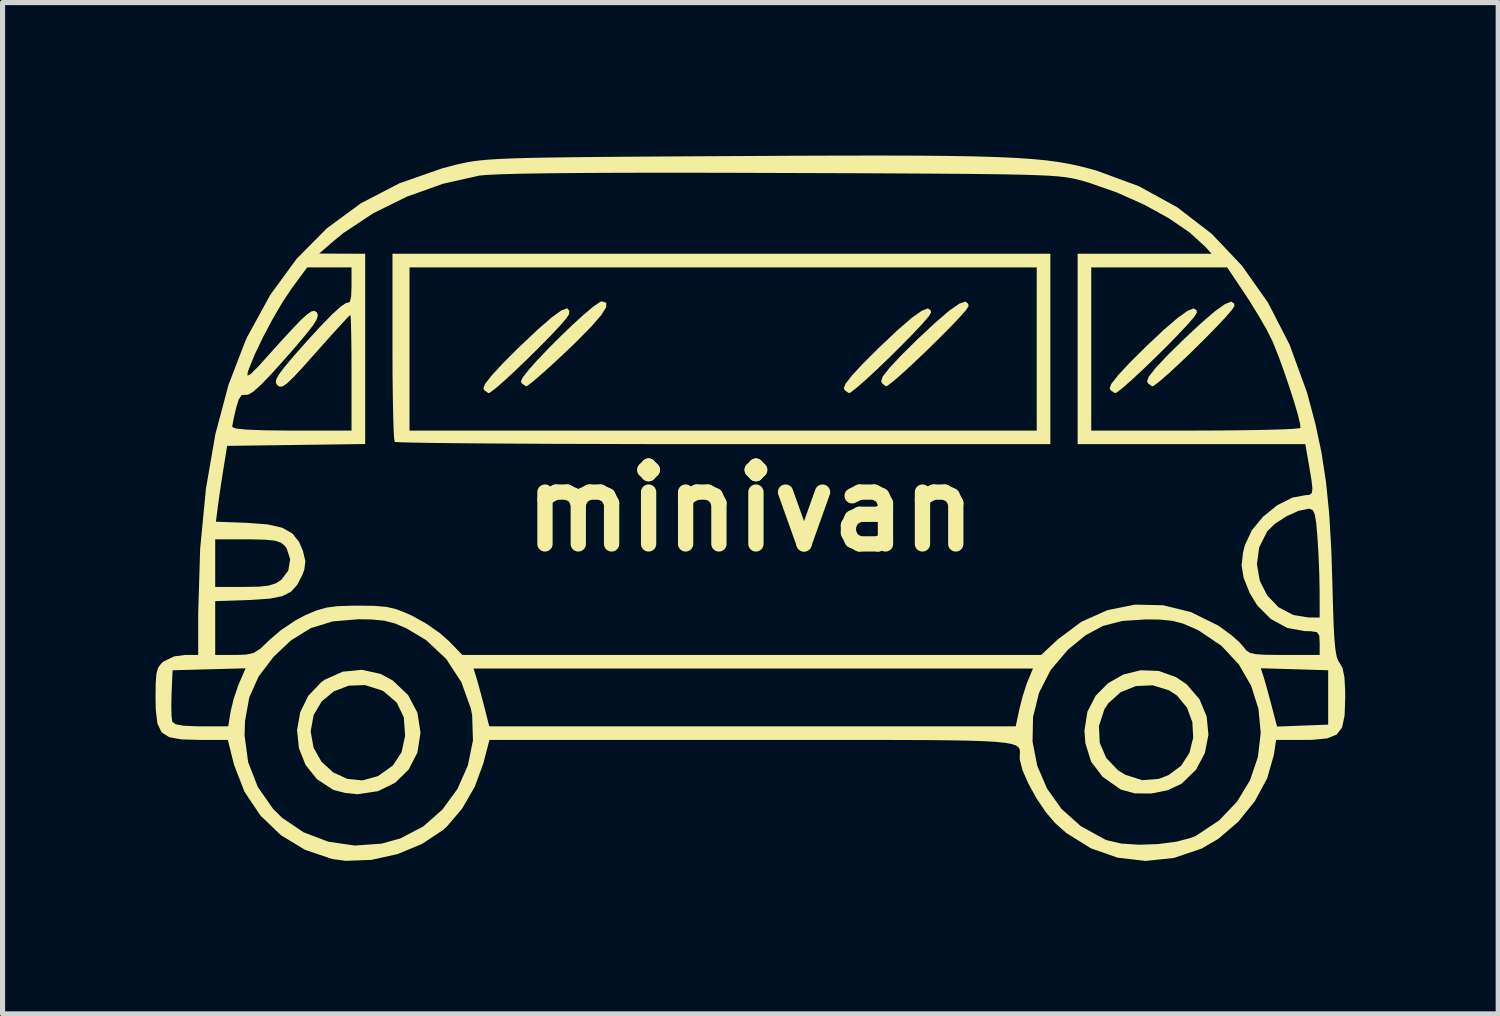
<source format=kicad_pcb>
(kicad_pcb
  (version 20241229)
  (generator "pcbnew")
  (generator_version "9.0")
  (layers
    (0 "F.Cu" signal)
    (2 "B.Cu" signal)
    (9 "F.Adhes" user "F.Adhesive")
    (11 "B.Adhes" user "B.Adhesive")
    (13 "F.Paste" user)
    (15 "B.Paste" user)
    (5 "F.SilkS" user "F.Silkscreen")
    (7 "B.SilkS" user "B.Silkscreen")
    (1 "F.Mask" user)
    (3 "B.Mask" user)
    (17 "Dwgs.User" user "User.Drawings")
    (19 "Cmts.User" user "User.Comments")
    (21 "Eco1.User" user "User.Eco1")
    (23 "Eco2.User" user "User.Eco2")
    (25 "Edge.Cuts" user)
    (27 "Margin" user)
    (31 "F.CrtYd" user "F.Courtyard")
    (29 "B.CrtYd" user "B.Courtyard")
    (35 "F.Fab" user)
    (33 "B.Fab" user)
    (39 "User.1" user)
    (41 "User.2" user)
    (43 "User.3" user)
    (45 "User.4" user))
  (footprint "minivan"
    (layer "F.Cu")
    (at 11.664 6.926)
    (property "Reference" "minivan" (at 0 0 0) (layer "F.SilkS") (effects (font (size 1.524 1.524) (thickness 0.3))))
    (attr board_only exclude_from_pos_files exclude_from_bom)
    (fp_poly (pts (xy 4.272 -4.019) (xy 4.278 -3.972) (xy 4.232 -3.9) (xy 4.107 -3.758) (xy 3.923 -3.564) (xy 3.699 -3.339) (xy 3.457 -3.101) (xy 3.215 -2.871) (xy 2.994 -2.667) (xy 2.814 -2.509) (xy 2.694 -2.416) (xy 2.66 -2.4) (xy 2.589 -2.453) (xy 2.564 -2.5) (xy 2.594 -2.591) (xy 2.726 -2.76) (xy 2.959 -3.009) (xy 3.285 -3.331) (xy 3.634 -3.657) (xy 3.902 -3.886) (xy 4.094 -4.02) (xy 4.216 -4.063)) (stroke (width 0) (type solid)) (fill yes) (layer "F.SilkS"))
    (fp_poly (pts (xy 9.485 -4.025) (xy 9.492 -3.979) (xy 9.446 -3.904) (xy 9.321 -3.759) (xy 9.137 -3.563) (xy 8.914 -3.336) (xy 8.673 -3.097) (xy 8.432 -2.866) (xy 8.212 -2.662) (xy 8.032 -2.505) (xy 7.914 -2.415) (xy 7.881 -2.4) (xy 7.803 -2.453) (xy 7.778 -2.498) (xy 7.811 -2.589) (xy 7.947 -2.762) (xy 8.184 -3.014) (xy 8.491 -3.315) (xy 8.842 -3.643) (xy 9.111 -3.874) (xy 9.305 -4.012) (xy 9.427 -4.061)) (stroke (width 0) (type solid)) (fill yes) (layer "F.SilkS"))
    (fp_poly (pts (xy -3.551 -3.885) (xy -3.555 -3.817) (xy -3.607 -3.735) (xy -3.737 -3.585) (xy -3.924 -3.386) (xy -4.148 -3.158) (xy -4.389 -2.921) (xy -4.626 -2.694) (xy -4.839 -2.497) (xy -5.009 -2.35) (xy -5.115 -2.273) (xy -5.135 -2.267) (xy -5.213 -2.32) (xy -5.236 -2.362) (xy -5.203 -2.447) (xy -5.073 -2.613) (xy -4.854 -2.851) (xy -4.55 -3.155) (xy -4.508 -3.195) (xy -4.161 -3.522) (xy -3.896 -3.752) (xy -3.709 -3.887) (xy -3.596 -3.93)) (stroke (width 0) (type solid)) (fill yes) (layer "F.SilkS"))
    (fp_poly (pts (xy -2.825 -4.039) (xy -2.828 -3.951) (xy -2.923 -3.799) (xy -3.115 -3.577) (xy -3.407 -3.28) (xy -3.576 -3.117) (xy -3.839 -2.87) (xy -4.071 -2.661) (xy -4.253 -2.503) (xy -4.368 -2.414) (xy -4.396 -2.4) (xy -4.478 -2.453) (xy -4.5 -2.494) (xy -4.467 -2.57) (xy -4.354 -2.716) (xy -4.18 -2.912) (xy -3.964 -3.139) (xy -3.727 -3.376) (xy -3.488 -3.606) (xy -3.266 -3.808) (xy -3.081 -3.964) (xy -2.952 -4.053) (xy -2.913 -4.067)) (stroke (width 0) (type solid)) (fill yes) (layer "F.SilkS"))
    (fp_poly (pts (xy 3.537 -3.89) (xy 3.543 -3.846) (xy 3.497 -3.771) (xy 3.372 -3.626) (xy 3.188 -3.43) (xy 2.965 -3.203) (xy 2.724 -2.964) (xy 2.483 -2.733) (xy 2.263 -2.529) (xy 2.083 -2.372) (xy 1.965 -2.281) (xy 1.932 -2.267) (xy 1.854 -2.32) (xy 1.831 -2.362) (xy 1.864 -2.448) (xy 1.993 -2.614) (xy 2.213 -2.852) (xy 2.519 -3.156) (xy 2.542 -3.178) (xy 2.893 -3.509) (xy 3.163 -3.742) (xy 3.357 -3.88) (xy 3.48 -3.929)) (stroke (width 0) (type solid)) (fill yes) (layer "F.SilkS"))
    (fp_poly (pts (xy 8.751 -3.889) (xy 8.756 -3.847) (xy 8.71 -3.772) (xy 8.586 -3.626) (xy 8.402 -3.429) (xy 8.18 -3.201) (xy 7.938 -2.962) (xy 7.698 -2.731) (xy 7.479 -2.527) (xy 7.3 -2.37) (xy 7.182 -2.28) (xy 7.15 -2.267) (xy 7.068 -2.32) (xy 7.044 -2.362) (xy 7.077 -2.448) (xy 7.207 -2.614) (xy 7.427 -2.852) (xy 7.732 -3.156) (xy 7.755 -3.178) (xy 8.107 -3.509) (xy 8.378 -3.742) (xy 8.572 -3.881) (xy 8.694 -3.929)) (stroke (width 0) (type solid)) (fill yes) (layer "F.SilkS"))
    (fp_poly (pts (xy 5.882 -1.267) (xy -0.524 -1.267) (xy -1.438 -1.267) (xy -2.314 -1.268) (xy -3.142 -1.271) (xy -3.914 -1.273) (xy -4.621 -1.277) (xy -5.252 -1.281) (xy -5.8 -1.286) (xy -6.254 -1.291) (xy -6.605 -1.297) (xy -6.844 -1.303) (xy -6.963 -1.309) (xy -6.974 -1.311) (xy -6.986 -1.387) (xy -6.994 -1.533) (xy -6.684 -1.533) (xy 5.615 -1.533) (xy 5.615 -4.733) (xy -6.684 -4.733) (xy -6.684 -1.533) (xy -6.994 -1.533) (xy -6.996 -1.578) (xy -7.005 -1.868) (xy -7.012 -2.238) (xy -7.017 -2.671) (xy -7.018 -3.149) (xy -7.018 -3.178) (xy -7.018 -5) (xy 5.882 -5)) (stroke (width 0) (type solid)) (fill yes) (layer "F.SilkS"))
    (fp_poly (pts (xy -7.251 3.239) (xy -7.012 3.368) (xy -6.712 3.653) (xy -6.529 3.999) (xy -6.468 4.391) (xy -6.529 4.78) (xy -6.7 5.113) (xy -6.963 5.371) (xy -7.302 5.538) (xy -7.697 5.597) (xy -7.708 5.597) (xy -7.942 5.573) (xy -8.158 5.518) (xy -8.188 5.506) (xy -8.501 5.301) (xy -8.723 5.022) (xy -8.853 4.693) (xy -8.886 4.367) (xy -8.622 4.367) (xy -8.565 4.687) (xy -8.41 4.96) (xy -8.182 5.169) (xy -7.906 5.296) (xy -7.606 5.327) (xy -7.309 5.244) (xy -7.299 5.24) (xy -7.012 5.036) (xy -6.84 4.775) (xy -6.77 4.451) (xy -6.796 4.089) (xy -6.934 3.801) (xy -7.183 3.587) (xy -7.23 3.561) (xy -7.555 3.458) (xy -7.876 3.469) (xy -8.167 3.58) (xy -8.405 3.777) (xy -8.564 4.045) (xy -8.622 4.367) (xy -8.886 4.367) (xy -8.889 4.342) (xy -8.828 3.992) (xy -8.67 3.669) (xy -8.412 3.399) (xy -8.344 3.351) (xy -7.994 3.195) (xy -7.619 3.158)) (stroke (width 0) (type solid)) (fill yes) (layer "F.SilkS"))
    (fp_poly (pts (xy 8.003 3.18) (xy 8.345 3.301) (xy 8.555 3.443) (xy 8.805 3.732) (xy 8.947 4.071) (xy 8.982 4.433) (xy 8.912 4.79) (xy 8.739 5.117) (xy 8.463 5.385) (xy 8.446 5.397) (xy 8.177 5.521) (xy 7.856 5.584) (xy 7.535 5.581) (xy 7.267 5.507) (xy 7.252 5.499) (xy 6.907 5.256) (xy 6.681 4.959) (xy 6.568 4.595) (xy 6.551 4.349) (xy 6.564 4.261) (xy 6.835 4.261) (xy 6.85 4.588) (xy 6.978 4.887) (xy 7.211 5.13) (xy 7.354 5.217) (xy 7.683 5.322) (xy 8.006 5.297) (xy 8.194 5.226) (xy 8.446 5.041) (xy 8.609 4.786) (xy 8.683 4.49) (xy 8.667 4.185) (xy 8.561 3.899) (xy 8.365 3.663) (xy 8.213 3.562) (xy 7.889 3.462) (xy 7.56 3.477) (xy 7.26 3.597) (xy 7.019 3.814) (xy 6.942 3.932) (xy 6.835 4.261) (xy 6.564 4.261) (xy 6.609 3.979) (xy 6.771 3.666) (xy 7.014 3.42) (xy 7.315 3.25) (xy 7.652 3.167)) (stroke (width 0) (type solid)) (fill yes) (layer "F.SilkS"))
    (fp_poly (pts (xy 3.251 -6.924) (xy 3.853 -6.919) (xy 4.372 -6.91) (xy 4.816 -6.897) (xy 5.196 -6.88) (xy 5.522 -6.858) (xy 5.803 -6.831) (xy 6.049 -6.798) (xy 6.271 -6.759) (xy 6.477 -6.713) (xy 6.679 -6.661) (xy 6.787 -6.631) (xy 7.618 -6.325) (xy 8.371 -5.911) (xy 9.046 -5.391) (xy 9.639 -4.767) (xy 10.149 -4.043) (xy 10.572 -3.221) (xy 10.907 -2.302) (xy 10.928 -2.233) (xy 11.08 -1.662) (xy 11.199 -1.101) (xy 11.288 -0.52) (xy 11.351 0.11) (xy 11.392 0.821) (xy 11.411 1.4) (xy 11.424 1.9) (xy 11.437 2.283) (xy 11.453 2.566) (xy 11.473 2.767) (xy 11.497 2.901) (xy 11.528 2.985) (xy 11.555 3.024) (xy 11.613 3.129) (xy 11.648 3.299) (xy 11.663 3.562) (xy 11.664 3.713) (xy 11.652 4.054) (xy 11.604 4.286) (xy 11.497 4.428) (xy 11.311 4.503) (xy 11.024 4.531) (xy 10.829 4.533) (xy 10.309 4.533) (xy 10.264 4.83) (xy 10.134 5.286) (xy 9.894 5.731) (xy 9.567 6.137) (xy 9.177 6.472) (xy 8.848 6.664) (xy 8.306 6.847) (xy 7.75 6.906) (xy 7.201 6.842) (xy 6.676 6.658) (xy 6.197 6.36) (xy 5.973 6.161) (xy 5.789 5.944) (xy 5.608 5.674) (xy 5.45 5.387) (xy 5.334 5.122) (xy 5.282 4.915) (xy 5.281 4.889) (xy 5.283 4.824) (xy 5.286 4.767) (xy 5.28 4.718) (xy 5.256 4.676) (xy 5.206 4.641) (xy 5.121 4.613) (xy 4.992 4.59) (xy 4.812 4.571) (xy 4.707 4.565) (xy 5.533 4.565) (xy 5.625 5.039) (xy 5.816 5.485) (xy 6.101 5.886) (xy 6.478 6.223) (xy 6.942 6.479) (xy 7.003 6.503) (xy 7.272 6.565) (xy 7.62 6.588) (xy 7.997 6.575) (xy 8.358 6.528) (xy 8.653 6.449) (xy 8.738 6.412) (xy 9.191 6.112) (xy 9.544 5.742) (xy 9.798 5.322) (xy 9.952 4.867) (xy 10.007 4.396) (xy 9.963 3.925) (xy 9.82 3.472) (xy 9.621 3.128) (xy 10.009 3.128) (xy 10.059 3.281) (xy 10.102 3.425) (xy 10.163 3.647) (xy 10.218 3.852) (xy 10.327 4.271) (xy 10.828 4.252) (xy 11.33 4.233) (xy 11.33 3.167) (xy 10.67 3.147) (xy 10.009 3.128) (xy 9.621 3.128) (xy 9.579 3.054) (xy 9.239 2.689) (xy 8.8 2.393) (xy 8.699 2.343) (xy 8.477 2.25) (xy 8.271 2.197) (xy 8.029 2.173) (xy 7.754 2.17) (xy 7.294 2.2) (xy 6.915 2.298) (xy 6.574 2.48) (xy 6.229 2.762) (xy 6.227 2.763) (xy 5.887 3.164) (xy 5.66 3.61) (xy 5.543 4.083) (xy 5.533 4.565) (xy 4.707 4.565) (xy 4.57 4.557) (xy 4.259 4.547) (xy 3.87 4.54) (xy 3.394 4.536) (xy 2.822 4.534) (xy 2.147 4.533) (xy 1.358 4.533) (xy 0.448 4.533) (xy 0.041 4.533) (xy -5.117 4.533) (xy -5.235 4.988) (xy -5.403 5.448) (xy -5.652 5.88) (xy -5.954 6.235) (xy -6.027 6.3) (xy -6.439 6.573) (xy -6.92 6.772) (xy -7.432 6.885) (xy -7.933 6.904) (xy -8.198 6.868) (xy -8.732 6.689) (xy -9.207 6.4) (xy -9.608 6.015) (xy -9.92 5.549) (xy -10.126 5.018) (xy -10.136 4.978) (xy -10.246 4.533) (xy -10.797 4.533) (xy -11.152 4.523) (xy -11.394 4.48) (xy -11.444 4.449) (xy -9.918 4.449) (xy -9.848 4.97) (xy -9.658 5.457) (xy -9.359 5.885) (xy -9.181 6.061) (xy -8.759 6.346) (xy -8.275 6.529) (xy -7.756 6.604) (xy -7.233 6.567) (xy -6.861 6.464) (xy -6.417 6.231) (xy -6.04 5.9) (xy -5.744 5.494) (xy -5.54 5.034) (xy -5.44 4.545) (xy -5.456 4.048) (xy -5.481 3.919) (xy -5.667 3.4) (xy -5.842 3.133) (xy -5.43 3.133) (xy -5.381 3.283) (xy -5.339 3.427) (xy -5.279 3.647) (xy -5.226 3.85) (xy -5.12 4.267) (xy 5.203 4.267) (xy 5.274 3.932) (xy 5.338 3.681) (xy 5.415 3.441) (xy 5.444 3.366) (xy 5.541 3.133) (xy -5.43 3.133) (xy -5.842 3.133) (xy -5.964 2.946) (xy -6.359 2.575) (xy -6.751 2.341) (xy -6.97 2.249) (xy -7.178 2.195) (xy -7.426 2.171) (xy -7.687 2.167) (xy -8.192 2.209) (xy -8.622 2.342) (xy -9.008 2.581) (xy -9.348 2.902) (xy -9.643 3.289) (xy -9.826 3.699) (xy -9.91 4.166) (xy -9.918 4.449) (xy -11.444 4.449) (xy -11.546 4.384) (xy -11.627 4.213) (xy -11.659 3.949) (xy -11.661 3.872) (xy -11.355 3.872) (xy -11.35 4.07) (xy -11.335 4.177) (xy -11.27 4.226) (xy -11.111 4.255) (xy -10.84 4.266) (xy -10.77 4.267) (xy -10.239 4.267) (xy -10.193 3.983) (xy -10.134 3.734) (xy -10.045 3.47) (xy -10.022 3.414) (xy -9.898 3.129) (xy -11.33 3.167) (xy -11.35 3.627) (xy -11.355 3.872) (xy -11.661 3.872) (xy -11.664 3.7) (xy -11.661 3.415) (xy -11.646 3.232) (xy -11.613 3.116) (xy -11.555 3.037) (xy -11.506 2.994) (xy -11.302 2.896) (xy -11.088 2.867) (xy -10.828 2.867) (xy -10.494 2.867) (xy -10.107 2.867) (xy -9.886 2.86) (xy -9.737 2.826) (xy -9.605 2.741) (xy -9.439 2.581) (xy -9.43 2.572) (xy -9.203 2.379) (xy -8.923 2.191) (xy -8.731 2.088) (xy -8.513 1.996) (xy -8.32 1.94) (xy -8.105 1.911) (xy -7.821 1.901) (xy -7.687 1.9) (xy -7.371 1.904) (xy -7.141 1.924) (xy -6.951 1.967) (xy -6.753 2.044) (xy -6.617 2.106) (xy -6.348 2.257) (xy -6.086 2.441) (xy -5.916 2.59) (xy -5.648 2.867) (xy 5.701 2.867) (xy 6.028 2.562) (xy 6.49 2.217) (xy 7 1.989) (xy 7.54 1.88) (xy 8.092 1.892) (xy 8.638 2.026) (xy 9.161 2.284) (xy 9.21 2.316) (xy 9.417 2.466) (xy 9.588 2.615) (xy 9.671 2.71) (xy 9.726 2.78) (xy 9.797 2.826) (xy 9.911 2.852) (xy 10.098 2.863) (xy 10.384 2.867) (xy 10.468 2.867) (xy 11.163 2.867) (xy 11.163 2.633) (xy 11.156 2.488) (xy 11.11 2.42) (xy 10.988 2.401) (xy 10.875 2.4) (xy 10.527 2.337) (xy 10.203 2.16) (xy 9.934 1.889) (xy 9.79 1.649) (xy 9.673 1.358) (xy 9.632 1.113) (xy 9.635 1.087) (xy 9.933 1.087) (xy 9.988 1.409) (xy 10.133 1.698) (xy 10.356 1.931) (xy 10.645 2.083) (xy 10.945 2.132) (xy 11.163 2.133) (xy 11.162 1.617) (xy 11.156 1.278) (xy 11.14 0.892) (xy 11.119 0.55) (xy 11.095 0.279) (xy 11.068 0.114) (xy 11.031 0.031) (xy 10.974 0.002) (xy 10.94 0) (xy 10.743 0.043) (xy 10.506 0.151) (xy 10.284 0.296) (xy 10.135 0.442) (xy 9.977 0.757) (xy 9.933 1.087) (xy 9.635 1.087) (xy 9.661 0.856) (xy 9.696 0.715) (xy 9.832 0.424) (xy 10.055 0.153) (xy 10.333 -0.07) (xy 10.63 -0.219) (xy 10.879 -0.265) (xy 10.962 -0.272) (xy 11.009 -0.307) (xy 11.021 -0.396) (xy 11.002 -0.565) (xy 10.956 -0.839) (xy 10.955 -0.845) (xy 10.882 -1.267) (xy 6.417 -1.267) (xy 6.417 -1.533) (xy 6.684 -1.533) (xy 8.719 -1.533) (xy 9.227 -1.535) (xy 9.691 -1.54) (xy 10.094 -1.547) (xy 10.419 -1.556) (xy 10.651 -1.567) (xy 10.772 -1.58) (xy 10.786 -1.585) (xy 10.779 -1.668) (xy 10.735 -1.848) (xy 10.662 -2.097) (xy 10.568 -2.388) (xy 10.464 -2.694) (xy 10.358 -2.986) (xy 10.258 -3.236) (xy 10.231 -3.299) (xy 10.127 -3.506) (xy 9.972 -3.776) (xy 9.794 -4.064) (xy 9.717 -4.183) (xy 9.349 -4.733) (xy 6.684 -4.733) (xy 6.684 -1.533) (xy 6.417 -1.533) (xy 6.417 -5) (xy 9.044 -5) (xy 8.917 -5.141) (xy 8.612 -5.418) (xy 8.203 -5.698) (xy 7.719 -5.964) (xy 7.19 -6.2) (xy 6.643 -6.392) (xy 6.576 -6.412) (xy 6.479 -6.44) (xy 6.387 -6.463) (xy 6.288 -6.484) (xy 6.173 -6.502) (xy 6.034 -6.517) (xy 5.861 -6.53) (xy 5.644 -6.54) (xy 5.375 -6.549) (xy 5.043 -6.556) (xy 4.639 -6.562) (xy 4.155 -6.567) (xy 3.58 -6.571) (xy 2.905 -6.575) (xy 2.121 -6.579) (xy 1.218 -6.582) (xy 0.602 -6.584) (xy -0.575 -6.588) (xy -1.62 -6.589) (xy -2.533 -6.588) (xy -3.316 -6.584) (xy -3.971 -6.578) (xy -4.498 -6.57) (xy -4.899 -6.559) (xy -5.174 -6.546) (xy -5.313 -6.533) (xy -6.026 -6.373) (xy -6.733 -6.121) (xy -7.396 -5.794) (xy -7.98 -5.407) (xy -8.155 -5.264) (xy -8.456 -5.004) (xy -8.004 -5.002) (xy -7.553 -5) (xy -7.553 -1.269) (xy -8.907 -1.251) (xy -10.26 -1.233) (xy -10.335 -0.767) (xy -10.38 -0.482) (xy -10.42 -0.207) (xy -10.445 -0.023) (xy -10.48 0.254) (xy -9.857 0.277) (xy -9.464 0.307) (xy -9.18 0.372) (xy -8.983 0.483) (xy -8.848 0.652) (xy -8.774 0.827) (xy -8.726 1.029) (xy -8.748 1.199) (xy -8.781 1.287) (xy -8.884 1.489) (xy -9.007 1.627) (xy -9.179 1.714) (xy -9.426 1.763) (xy -9.776 1.787) (xy -9.833 1.79) (xy -10.494 1.812) (xy -10.494 2.867) (xy -10.828 2.867) (xy -10.827 2.05) (xy -10.812 1.533) (xy -10.494 1.533) (xy -9.935 1.533) (xy -9.639 1.528) (xy -9.441 1.506) (xy -9.303 1.461) (xy -9.2 1.395) (xy -9.061 1.212) (xy -9.024 0.989) (xy -9.093 0.776) (xy -9.134 0.722) (xy -9.21 0.663) (xy -9.325 0.626) (xy -9.508 0.607) (xy -9.789 0.6) (xy -9.87 0.6) (xy -10.494 0.6) (xy -10.494 1.533) (xy -10.812 1.533) (xy -10.789 0.78) (xy -10.676 -0.392) (xy -10.491 -1.462) (xy -10.453 -1.604) (xy -10.16 -1.604) (xy -10.093 -1.574) (xy -9.894 -1.553) (xy -9.562 -1.539) (xy -9.099 -1.533) (xy -8.99 -1.533) (xy -7.821 -1.533) (xy -7.821 -2.667) (xy -7.822 -3.039) (xy -7.826 -3.359) (xy -7.831 -3.607) (xy -7.838 -3.76) (xy -7.845 -3.8) (xy -7.895 -3.753) (xy -8.017 -3.622) (xy -8.195 -3.427) (xy -8.413 -3.183) (xy -8.522 -3.061) (xy -8.777 -2.774) (xy -8.961 -2.577) (xy -9.088 -2.456) (xy -9.174 -2.399) (xy -9.233 -2.394) (xy -9.275 -2.422) (xy -9.305 -2.47) (xy -9.299 -2.534) (xy -9.247 -2.632) (xy -9.136 -2.779) (xy -8.957 -2.991) (xy -8.698 -3.284) (xy -8.686 -3.297) (xy -8.419 -3.589) (xy -8.194 -3.818) (xy -8.025 -3.971) (xy -7.924 -4.037) (xy -7.909 -4.038) (xy -7.856 -4.052) (xy -7.828 -4.161) (xy -7.821 -4.369) (xy -7.821 -4.733) (xy -8.69 -4.733) (xy -8.995 -4.32) (xy -9.171 -4.056) (xy -9.364 -3.727) (xy -9.552 -3.373) (xy -9.715 -3.034) (xy -9.831 -2.75) (xy -9.858 -2.667) (xy -9.86 -2.609) (xy -9.799 -2.641) (xy -9.668 -2.77) (xy -9.55 -2.9) (xy -9.234 -3.252) (xy -8.993 -3.514) (xy -8.817 -3.698) (xy -8.692 -3.812) (xy -8.607 -3.87) (xy -8.55 -3.881) (xy -8.508 -3.856) (xy -8.5 -3.847) (xy -8.481 -3.794) (xy -8.503 -3.714) (xy -8.579 -3.592) (xy -8.719 -3.413) (xy -8.933 -3.16) (xy -9.097 -2.972) (xy -9.382 -2.654) (xy -9.596 -2.431) (xy -9.748 -2.295) (xy -9.85 -2.236) (xy -9.893 -2.234) (xy -9.974 -2.23) (xy -10.034 -2.141) (xy -10.085 -1.972) (xy -10.13 -1.778) (xy -10.157 -1.636) (xy -10.16 -1.604) (xy -10.453 -1.604) (xy -10.234 -2.428) (xy -9.905 -3.284) (xy -9.863 -3.375) (xy -9.415 -4.193) (xy -8.899 -4.899) (xy -8.309 -5.496) (xy -7.64 -5.988) (xy -6.886 -6.38) (xy -6.043 -6.675) (xy -5.773 -6.746) (xy -5.658 -6.772) (xy -5.544 -6.796) (xy -5.421 -6.816) (xy -5.279 -6.833) (xy -5.108 -6.848) (xy -4.898 -6.86) (xy -4.639 -6.871) (xy -4.32 -6.88) (xy -3.933 -6.887) (xy -3.466 -6.893) (xy -2.91 -6.899) (xy -2.255 -6.904) (xy -1.49 -6.909) (xy -0.606 -6.914) (xy -0.201 -6.916) (xy 0.838 -6.922) (xy 1.753 -6.925) (xy 2.554 -6.926)) (stroke (width 0) (type solid)) (fill yes) (layer "F.SilkS")))
  (gr_rect
    (start -3 -3)
    (end 26.328 16.831)
    (stroke (width 0.1) (type default))
    (fill no)
    (layer "Edge.Cuts")))
</source>
